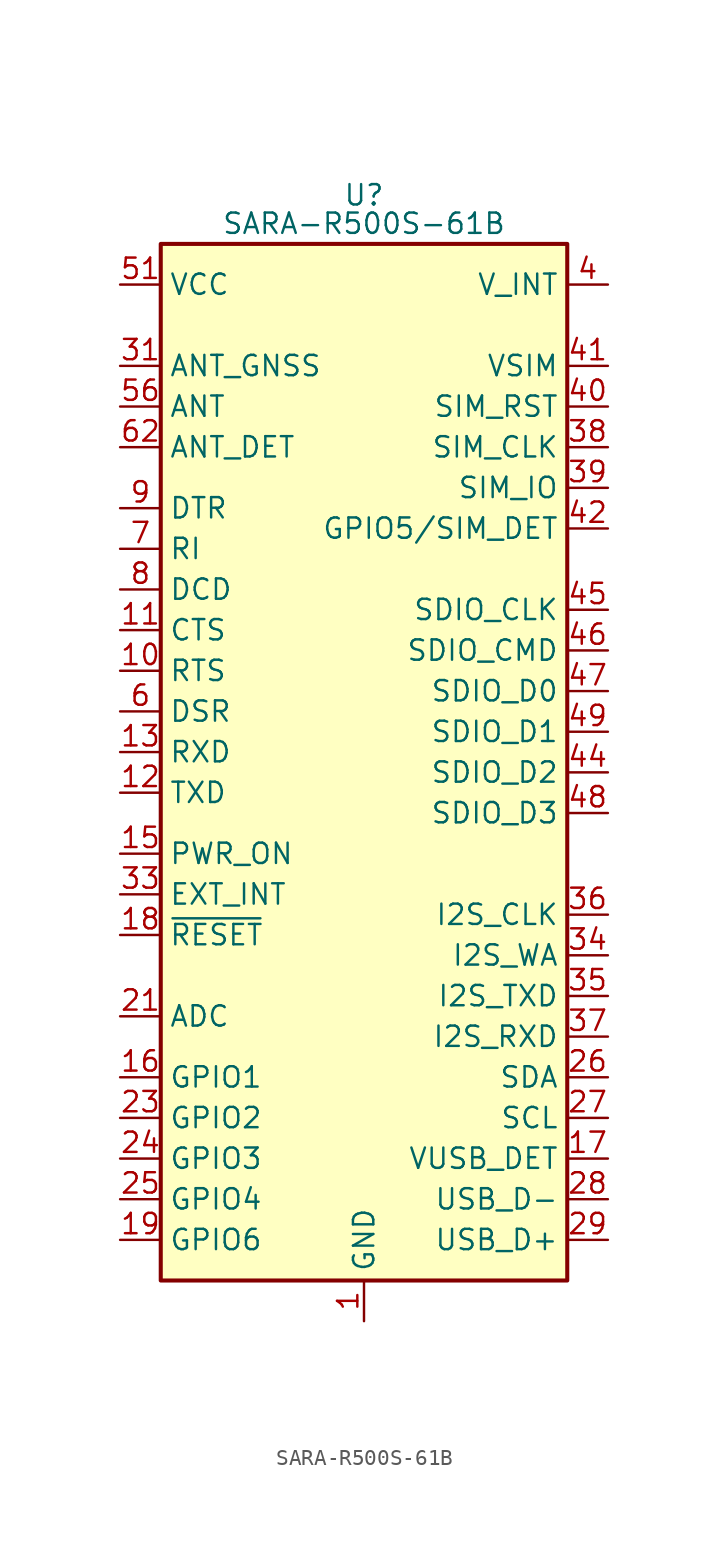
<source format=kicad_sym>
(kicad_symbol_lib
  (version 20231120)
  (generator "kicad_symbol_editor")
  (generator_version "8.0")
  (symbol "SARA-R500S-61B"
    (property "Reference" "U"
      (at 0 1.778 0)
      (effects (font (size 1.27 1.27))))
    (property "Value" "SARA-R500S-61B"
      (at 0 0 0)
      (effects (font (size 1.27 1.27))))
    (symbol "SARA-R500S-61B_0_1"
      (rectangle (start -12.7 -1.27) (end 12.7 -66.04) (stroke (width 0.254) (type default)) (fill (type background))))
    (symbol "SARA-R500S-61B_1_1"
      (pin power_in line (at 0 -68.58 90) (length 2.54) (name "GND" (effects (font (size 1.27 1.27)))) (number "1" (effects (font (size 1.27 1.27)))))
      (pin bidirectional line (at -15.24 -27.94 0) (length 2.54) (name "RTS" (effects (font (size 1.27 1.27)))) (number "10" (effects (font (size 1.27 1.27)))))
      (pin bidirectional line (at -15.24 -25.4 0) (length 2.54) (name "CTS" (effects (font (size 1.27 1.27)))) (number "11" (effects (font (size 1.27 1.27)))))
      (pin input line (at -15.24 -35.56 0) (length 2.54) (name "TXD" (effects (font (size 1.27 1.27)))) (number "12" (effects (font (size 1.27 1.27)))))
      (pin output line (at -15.24 -33.02 0) (length 2.54) (name "RXD" (effects (font (size 1.27 1.27)))) (number "13" (effects (font (size 1.27 1.27)))))
      (pin passive line (at 0 -68.58 90) (length 2.54) hide (name "GND" (effects (font (size 1.27 1.27)))) (number "14" (effects (font (size 1.27 1.27)))))
      (pin input line (at -15.24 -39.37 0) (length 2.54) (name "PWR_ON" (effects (font (size 1.27 1.27)))) (number "15" (effects (font (size 1.27 1.27)))))
      (pin bidirectional line (at -15.24 -53.34 0) (length 2.54) (name "GPIO1" (effects (font (size 1.27 1.27)))) (number "16" (effects (font (size 1.27 1.27)))))
      (pin input line (at 15.24 -58.42 180) (length 2.54) (name "VUSB_DET" (effects (font (size 1.27 1.27)))) (number "17" (effects (font (size 1.27 1.27)))))
      (pin input line (at -15.24 -44.45 0) (length 2.54) (name "~{RESET}" (effects (font (size 1.27 1.27)))) (number "18" (effects (font (size 1.27 1.27)))))
      (pin bidirectional line (at -15.24 -63.5 0) (length 2.54) (name "GPIO6" (effects (font (size 1.27 1.27)))) (number "19" (effects (font (size 1.27 1.27)))))
      (pin no_connect line (at 0 -1.27 270) (length 2.54) hide (name "RSVD" (effects (font (size 1.27 1.27)))) (number "2" (effects (font (size 1.27 1.27)))))
      (pin passive line (at 0 -68.58 90) (length 2.54) hide (name "GND" (effects (font (size 1.27 1.27)))) (number "20" (effects (font (size 1.27 1.27)))))
      (pin input line (at -15.24 -49.53 0) (length 2.54) (name "ADC" (effects (font (size 1.27 1.27)))) (number "21" (effects (font (size 1.27 1.27)))))
      (pin passive line (at 0 -68.58 90) (length 2.54) hide (name "GND" (effects (font (size 1.27 1.27)))) (number "22" (effects (font (size 1.27 1.27)))))
      (pin bidirectional line (at -15.24 -55.88 0) (length 2.54) (name "GPIO2" (effects (font (size 1.27 1.27)))) (number "23" (effects (font (size 1.27 1.27)))))
      (pin bidirectional line (at -15.24 -58.42 0) (length 2.54) (name "GPIO3" (effects (font (size 1.27 1.27)))) (number "24" (effects (font (size 1.27 1.27)))))
      (pin bidirectional line (at -15.24 -60.96 0) (length 2.54) (name "GPIO4" (effects (font (size 1.27 1.27)))) (number "25" (effects (font (size 1.27 1.27)))))
      (pin bidirectional line (at 15.24 -53.34 180) (length 2.54) (name "SDA" (effects (font (size 1.27 1.27)))) (number "26" (effects (font (size 1.27 1.27)))))
      (pin output line (at 15.24 -55.88 180) (length 2.54) (name "SCL" (effects (font (size 1.27 1.27)))) (number "27" (effects (font (size 1.27 1.27)))))
      (pin bidirectional line (at 15.24 -60.96 180) (length 2.54) (name "USB_D-" (effects (font (size 1.27 1.27)))) (number "28" (effects (font (size 1.27 1.27)))))
      (pin bidirectional line (at 15.24 -63.5 180) (length 2.54) (name "USB_D+" (effects (font (size 1.27 1.27)))) (number "29" (effects (font (size 1.27 1.27)))))
      (pin passive line (at 0 -68.58 90) (length 2.54) hide (name "GND" (effects (font (size 1.27 1.27)))) (number "3" (effects (font (size 1.27 1.27)))))
      (pin passive line (at 0 -68.58 90) (length 2.54) hide (name "GND" (effects (font (size 1.27 1.27)))) (number "30" (effects (font (size 1.27 1.27)))))
      (pin input line (at -15.24 -8.89 0) (length 2.54) (name "ANT_GNSS" (effects (font (size 1.27 1.27)))) (number "31" (effects (font (size 1.27 1.27)))))
      (pin passive line (at 0 -68.58 90) (length 2.54) hide (name "GND" (effects (font (size 1.27 1.27)))) (number "32" (effects (font (size 1.27 1.27)))))
      (pin input line (at -15.24 -41.91 0) (length 2.54) (name "EXT_INT" (effects (font (size 1.27 1.27)))) (number "33" (effects (font (size 1.27 1.27)))))
      (pin bidirectional line (at 15.24 -45.72 180) (length 2.54) (name "I2S_WA" (effects (font (size 1.27 1.27)))) (number "34" (effects (font (size 1.27 1.27)))))
      (pin output line (at 15.24 -48.26 180) (length 2.54) (name "I2S_TXD" (effects (font (size 1.27 1.27)))) (number "35" (effects (font (size 1.27 1.27)))))
      (pin output line (at 15.24 -43.18 180) (length 2.54) (name "I2S_CLK" (effects (font (size 1.27 1.27)))) (number "36" (effects (font (size 1.27 1.27)))))
      (pin input line (at 15.24 -50.8 180) (length 2.54) (name "I2S_RXD" (effects (font (size 1.27 1.27)))) (number "37" (effects (font (size 1.27 1.27)))))
      (pin output line (at 15.24 -13.97 180) (length 2.54) (name "SIM_CLK" (effects (font (size 1.27 1.27)))) (number "38" (effects (font (size 1.27 1.27)))))
      (pin bidirectional line (at 15.24 -16.51 180) (length 2.54) (name "SIM_IO" (effects (font (size 1.27 1.27)))) (number "39" (effects (font (size 1.27 1.27)))))
      (pin power_out line (at 15.24 -3.81 180) (length 2.54) (name "V_INT" (effects (font (size 1.27 1.27)))) (number "4" (effects (font (size 1.27 1.27)))))
      (pin output line (at 15.24 -11.43 180) (length 2.54) (name "SIM_RST" (effects (font (size 1.27 1.27)))) (number "40" (effects (font (size 1.27 1.27)))))
      (pin power_out line (at 15.24 -8.89 180) (length 2.54) (name "VSIM" (effects (font (size 1.27 1.27)))) (number "41" (effects (font (size 1.27 1.27)))))
      (pin bidirectional line (at 15.24 -19.05 180) (length 2.54) (name "GPIO5/SIM_DET" (effects (font (size 1.27 1.27)))) (number "42" (effects (font (size 1.27 1.27)))))
      (pin passive line (at 0 -68.58 90) (length 2.54) hide (name "GND" (effects (font (size 1.27 1.27)))) (number "43" (effects (font (size 1.27 1.27)))))
      (pin bidirectional line (at 15.24 -34.29 180) (length 2.54) (name "SDIO_D2" (effects (font (size 1.27 1.27)))) (number "44" (effects (font (size 1.27 1.27)))))
      (pin input line (at 15.24 -24.13 180) (length 2.54) (name "SDIO_CLK" (effects (font (size 1.27 1.27)))) (number "45" (effects (font (size 1.27 1.27)))))
      (pin bidirectional line (at 15.24 -26.67 180) (length 2.54) (name "SDIO_CMD" (effects (font (size 1.27 1.27)))) (number "46" (effects (font (size 1.27 1.27)))))
      (pin bidirectional line (at 15.24 -29.21 180) (length 2.54) (name "SDIO_D0" (effects (font (size 1.27 1.27)))) (number "47" (effects (font (size 1.27 1.27)))))
      (pin bidirectional line (at 15.24 -36.83 180) (length 2.54) (name "SDIO_D3" (effects (font (size 1.27 1.27)))) (number "48" (effects (font (size 1.27 1.27)))))
      (pin bidirectional line (at 15.24 -31.75 180) (length 2.54) (name "SDIO_D1" (effects (font (size 1.27 1.27)))) (number "49" (effects (font (size 1.27 1.27)))))
      (pin passive line (at 0 -68.58 90) (length 2.54) hide (name "GND" (effects (font (size 1.27 1.27)))) (number "5" (effects (font (size 1.27 1.27)))))
      (pin passive line (at 0 -68.58 90) (length 2.54) hide (name "GND" (effects (font (size 1.27 1.27)))) (number "50" (effects (font (size 1.27 1.27)))))
      (pin power_in line (at -15.24 -3.81 0) (length 2.54) (name "VCC" (effects (font (size 1.27 1.27)))) (number "51" (effects (font (size 1.27 1.27)))))
      (pin passive line (at -15.24 -3.81 0) (length 2.54) hide (name "VCC" (effects (font (size 1.27 1.27)))) (number "52" (effects (font (size 1.27 1.27)))))
      (pin passive line (at -15.24 -3.81 0) (length 2.54) hide (name "VCC" (effects (font (size 1.27 1.27)))) (number "53" (effects (font (size 1.27 1.27)))))
      (pin passive line (at 0 -68.58 90) (length 2.54) hide (name "GND" (effects (font (size 1.27 1.27)))) (number "54" (effects (font (size 1.27 1.27)))))
      (pin passive line (at 0 -68.58 90) (length 2.54) hide (name "GND" (effects (font (size 1.27 1.27)))) (number "55" (effects (font (size 1.27 1.27)))))
      (pin passive line (at -15.24 -11.43 0) (length 2.54) (name "ANT" (effects (font (size 1.27 1.27)))) (number "56" (effects (font (size 1.27 1.27)))))
      (pin passive line (at 0 -68.58 90) (length 2.54) hide (name "GND" (effects (font (size 1.27 1.27)))) (number "57" (effects (font (size 1.27 1.27)))))
      (pin passive line (at 0 -68.58 90) (length 2.54) hide (name "GND" (effects (font (size 1.27 1.27)))) (number "58" (effects (font (size 1.27 1.27)))))
      (pin passive line (at 0 -68.58 90) (length 2.54) hide (name "GND" (effects (font (size 1.27 1.27)))) (number "59" (effects (font (size 1.27 1.27)))))
      (pin output line (at -15.24 -30.48 0) (length 2.54) (name "DSR" (effects (font (size 1.27 1.27)))) (number "6" (effects (font (size 1.27 1.27)))))
      (pin passive line (at 0 -68.58 90) (length 2.54) hide (name "GND" (effects (font (size 1.27 1.27)))) (number "60" (effects (font (size 1.27 1.27)))))
      (pin passive line (at 0 -68.58 90) (length 2.54) hide (name "GND" (effects (font (size 1.27 1.27)))) (number "61" (effects (font (size 1.27 1.27)))))
      (pin input line (at -15.24 -13.97 0) (length 2.54) (name "ANT_DET" (effects (font (size 1.27 1.27)))) (number "62" (effects (font (size 1.27 1.27)))))
      (pin passive line (at 0 -68.58 90) (length 2.54) hide (name "GND" (effects (font (size 1.27 1.27)))) (number "63" (effects (font (size 1.27 1.27)))))
      (pin passive line (at 0 -68.58 90) (length 2.54) hide (name "GND" (effects (font (size 1.27 1.27)))) (number "64" (effects (font (size 1.27 1.27)))))
      (pin passive line (at 0 -68.58 90) (length 2.54) hide (name "GND" (effects (font (size 1.27 1.27)))) (number "65" (effects (font (size 1.27 1.27)))))
      (pin passive line (at 0 -68.58 90) (length 2.54) hide (name "GND" (effects (font (size 1.27 1.27)))) (number "66" (effects (font (size 1.27 1.27)))))
      (pin passive line (at 0 -68.58 90) (length 2.54) hide (name "GND" (effects (font (size 1.27 1.27)))) (number "67" (effects (font (size 1.27 1.27)))))
      (pin passive line (at 0 -68.58 90) (length 2.54) hide (name "GND" (effects (font (size 1.27 1.27)))) (number "68" (effects (font (size 1.27 1.27)))))
      (pin passive line (at 0 -68.58 90) (length 2.54) hide (name "GND" (effects (font (size 1.27 1.27)))) (number "69" (effects (font (size 1.27 1.27)))))
      (pin bidirectional line (at -15.24 -20.32 0) (length 2.54) (name "RI" (effects (font (size 1.27 1.27)))) (number "7" (effects (font (size 1.27 1.27)))))
      (pin passive line (at 0 -68.58 90) (length 2.54) hide (name "GND" (effects (font (size 1.27 1.27)))) (number "70" (effects (font (size 1.27 1.27)))))
      (pin passive line (at 0 -68.58 90) (length 2.54) hide (name "GND" (effects (font (size 1.27 1.27)))) (number "71" (effects (font (size 1.27 1.27)))))
      (pin passive line (at 0 -68.58 90) (length 2.54) hide (name "GND" (effects (font (size 1.27 1.27)))) (number "72" (effects (font (size 1.27 1.27)))))
      (pin passive line (at 0 -68.58 90) (length 2.54) hide (name "GND" (effects (font (size 1.27 1.27)))) (number "73" (effects (font (size 1.27 1.27)))))
      (pin passive line (at 0 -68.58 90) (length 2.54) hide (name "GND" (effects (font (size 1.27 1.27)))) (number "74" (effects (font (size 1.27 1.27)))))
      (pin passive line (at 0 -68.58 90) (length 2.54) hide (name "GND" (effects (font (size 1.27 1.27)))) (number "75" (effects (font (size 1.27 1.27)))))
      (pin passive line (at 0 -68.58 90) (length 2.54) hide (name "GND" (effects (font (size 1.27 1.27)))) (number "76" (effects (font (size 1.27 1.27)))))
      (pin passive line (at 0 -68.58 90) (length 2.54) hide (name "GND" (effects (font (size 1.27 1.27)))) (number "77" (effects (font (size 1.27 1.27)))))
      (pin passive line (at 0 -68.58 90) (length 2.54) hide (name "GND" (effects (font (size 1.27 1.27)))) (number "78" (effects (font (size 1.27 1.27)))))
      (pin passive line (at 0 -68.58 90) (length 2.54) hide (name "GND" (effects (font (size 1.27 1.27)))) (number "79" (effects (font (size 1.27 1.27)))))
      (pin output line (at -15.24 -22.86 0) (length 2.54) (name "DCD" (effects (font (size 1.27 1.27)))) (number "8" (effects (font (size 1.27 1.27)))))
      (pin passive line (at 0 -68.58 90) (length 2.54) hide (name "GND" (effects (font (size 1.27 1.27)))) (number "80" (effects (font (size 1.27 1.27)))))
      (pin passive line (at 0 -68.58 90) (length 2.54) hide (name "GND" (effects (font (size 1.27 1.27)))) (number "81" (effects (font (size 1.27 1.27)))))
      (pin passive line (at 0 -68.58 90) (length 2.54) hide (name "GND" (effects (font (size 1.27 1.27)))) (number "82" (effects (font (size 1.27 1.27)))))
      (pin passive line (at 0 -68.58 90) (length 2.54) hide (name "GND" (effects (font (size 1.27 1.27)))) (number "83" (effects (font (size 1.27 1.27)))))
      (pin passive line (at 0 -68.58 90) (length 2.54) hide (name "GND" (effects (font (size 1.27 1.27)))) (number "84" (effects (font (size 1.27 1.27)))))
      (pin passive line (at 0 -68.58 90) (length 2.54) hide (name "GND" (effects (font (size 1.27 1.27)))) (number "85" (effects (font (size 1.27 1.27)))))
      (pin passive line (at 0 -68.58 90) (length 2.54) hide (name "GND" (effects (font (size 1.27 1.27)))) (number "86" (effects (font (size 1.27 1.27)))))
      (pin passive line (at 0 -68.58 90) (length 2.54) hide (name "GND" (effects (font (size 1.27 1.27)))) (number "87" (effects (font (size 1.27 1.27)))))
      (pin passive line (at 0 -68.58 90) (length 2.54) hide (name "GND" (effects (font (size 1.27 1.27)))) (number "88" (effects (font (size 1.27 1.27)))))
      (pin passive line (at 0 -68.58 90) (length 2.54) hide (name "GND" (effects (font (size 1.27 1.27)))) (number "89" (effects (font (size 1.27 1.27)))))
      (pin input line (at -15.24 -17.78 0) (length 2.54) (name "DTR" (effects (font (size 1.27 1.27)))) (number "9" (effects (font (size 1.27 1.27)))))
      (pin passive line (at 0 -68.58 90) (length 2.54) hide (name "GND" (effects (font (size 1.27 1.27)))) (number "90" (effects (font (size 1.27 1.27)))))
      (pin passive line (at 0 -68.58 90) (length 2.54) hide (name "GND" (effects (font (size 1.27 1.27)))) (number "91" (effects (font (size 1.27 1.27)))))
      (pin passive line (at 0 -68.58 90) (length 2.54) hide (name "GND" (effects (font (size 1.27 1.27)))) (number "92" (effects (font (size 1.27 1.27)))))
      (pin passive line (at 0 -68.58 90) (length 2.54) hide (name "GND" (effects (font (size 1.27 1.27)))) (number "93" (effects (font (size 1.27 1.27)))))
      (pin passive line (at 0 -68.58 90) (length 2.54) hide (name "GND" (effects (font (size 1.27 1.27)))) (number "94" (effects (font (size 1.27 1.27)))))
      (pin passive line (at 0 -68.58 90) (length 2.54) hide (name "GND" (effects (font (size 1.27 1.27)))) (number "95" (effects (font (size 1.27 1.27)))))
      (pin passive line (at 0 -68.58 90) (length 2.54) hide (name "GND" (effects (font (size 1.27 1.27)))) (number "96" (effects (font (size 1.27 1.27))))))))
</source>
